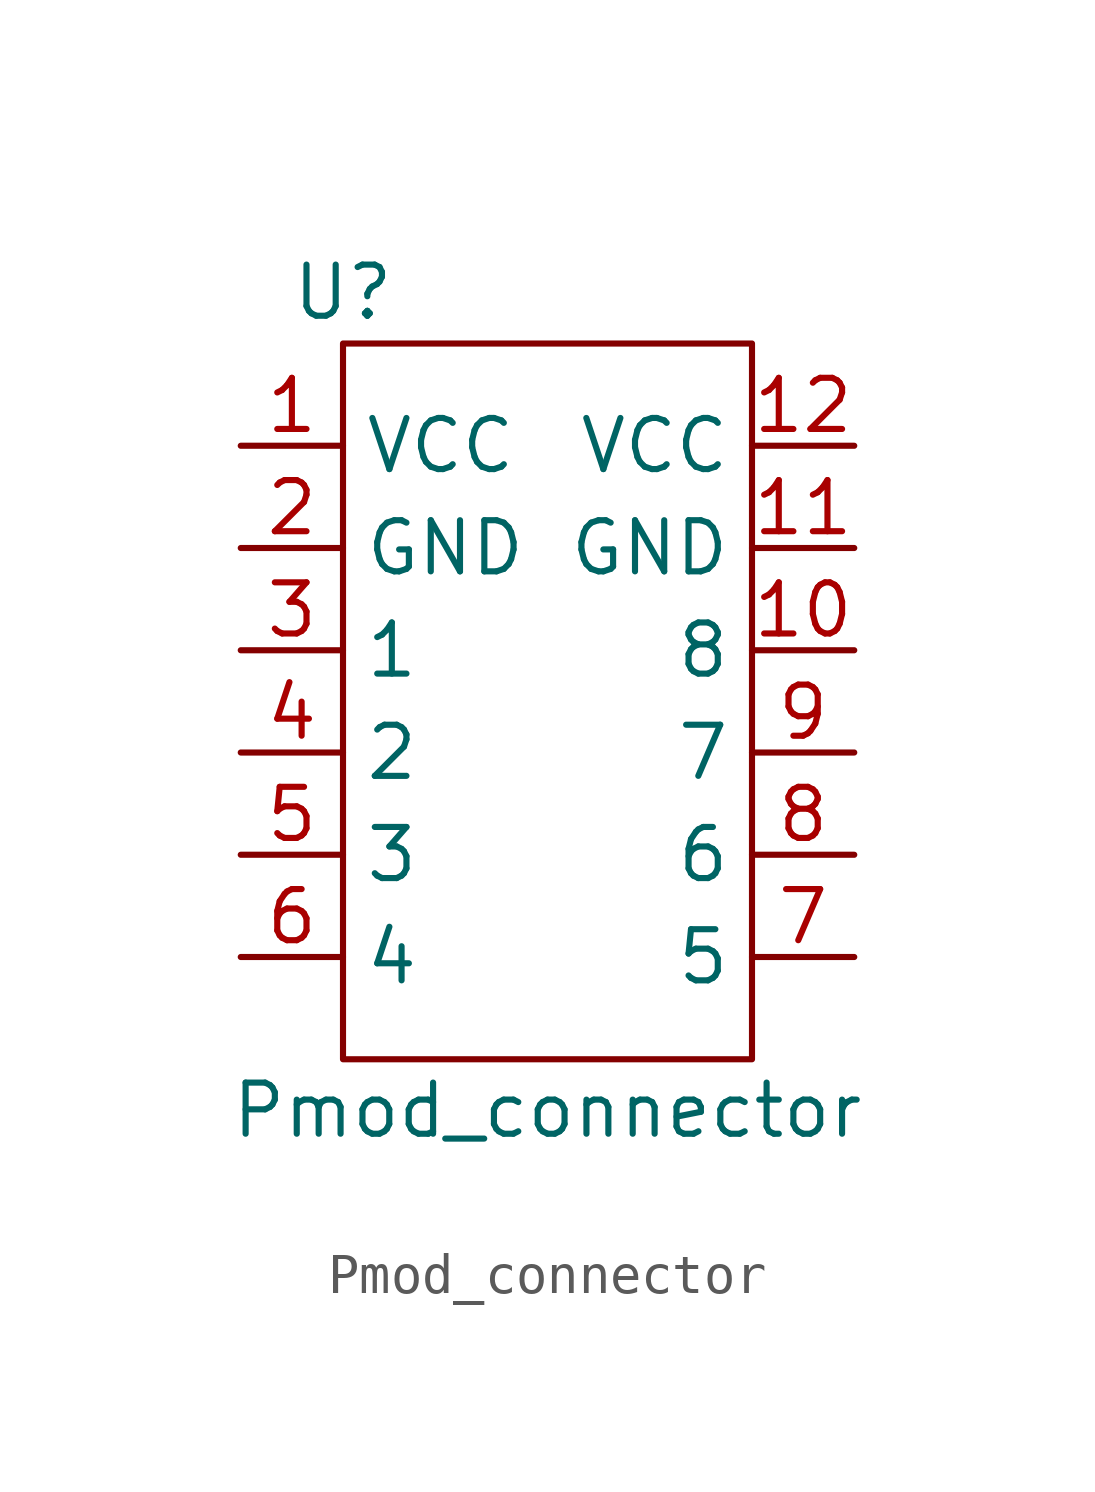
<source format=kicad_sym>
(kicad_symbol_lib
  (version 20220914)
  (generator kicad_symbol_editor)
  (symbol "Pmod_connector"
    (property "Reference" "U"
      (at -5.08 13.97 0)
      (effects (font (size 1.27 1.27))))
    (property "Value" "Pmod_connector"
      (at 0 -6.35 0)
      (effects (font (size 1.27 1.27))))
    (symbol "Pmod_connector_0_1"
      (rectangle (start -5.08 12.7) (end 5.08 -5.08) (stroke (width 0) (type default)) (fill (type none))))
    (symbol "Pmod_connector_1_1"
      (pin power_in line (at -7.62 10.16 0) (length 2.54) (name "VCC" (effects (font (size 1.27 1.27)))) (number "1" (effects (font (size 1.27 1.27)))))
      (pin bidirectional line (at 7.62 5.08 180) (length 2.54) (name "8" (effects (font (size 1.27 1.27)))) (number "10" (effects (font (size 1.27 1.27)))))
      (pin power_in line (at 7.62 7.62 180) (length 2.54) (name "GND" (effects (font (size 1.27 1.27)))) (number "11" (effects (font (size 1.27 1.27)))))
      (pin power_in line (at 7.62 10.16 180) (length 2.54) (name "VCC" (effects (font (size 1.27 1.27)))) (number "12" (effects (font (size 1.27 1.27)))))
      (pin power_in line (at -7.62 7.62 0) (length 2.54) (name "GND" (effects (font (size 1.27 1.27)))) (number "2" (effects (font (size 1.27 1.27)))))
      (pin bidirectional line (at -7.62 5.08 0) (length 2.54) (name "1" (effects (font (size 1.27 1.27)))) (number "3" (effects (font (size 1.27 1.27)))))
      (pin bidirectional line (at -7.62 2.54 0) (length 2.54) (name "2" (effects (font (size 1.27 1.27)))) (number "4" (effects (font (size 1.27 1.27)))))
      (pin bidirectional line (at -7.62 0 0) (length 2.54) (name "3" (effects (font (size 1.27 1.27)))) (number "5" (effects (font (size 1.27 1.27)))))
      (pin bidirectional line (at -7.62 -2.54 0) (length 2.54) (name "4" (effects (font (size 1.27 1.27)))) (number "6" (effects (font (size 1.27 1.27)))))
      (pin bidirectional line (at 7.62 -2.54 180) (length 2.54) (name "5" (effects (font (size 1.27 1.27)))) (number "7" (effects (font (size 1.27 1.27)))))
      (pin bidirectional line (at 7.62 0 180) (length 2.54) (name "6" (effects (font (size 1.27 1.27)))) (number "8" (effects (font (size 1.27 1.27)))))
      (pin bidirectional line (at 7.62 2.54 180) (length 2.54) (name "7" (effects (font (size 1.27 1.27)))) (number "9" (effects (font (size 1.27 1.27))))))))
</source>
